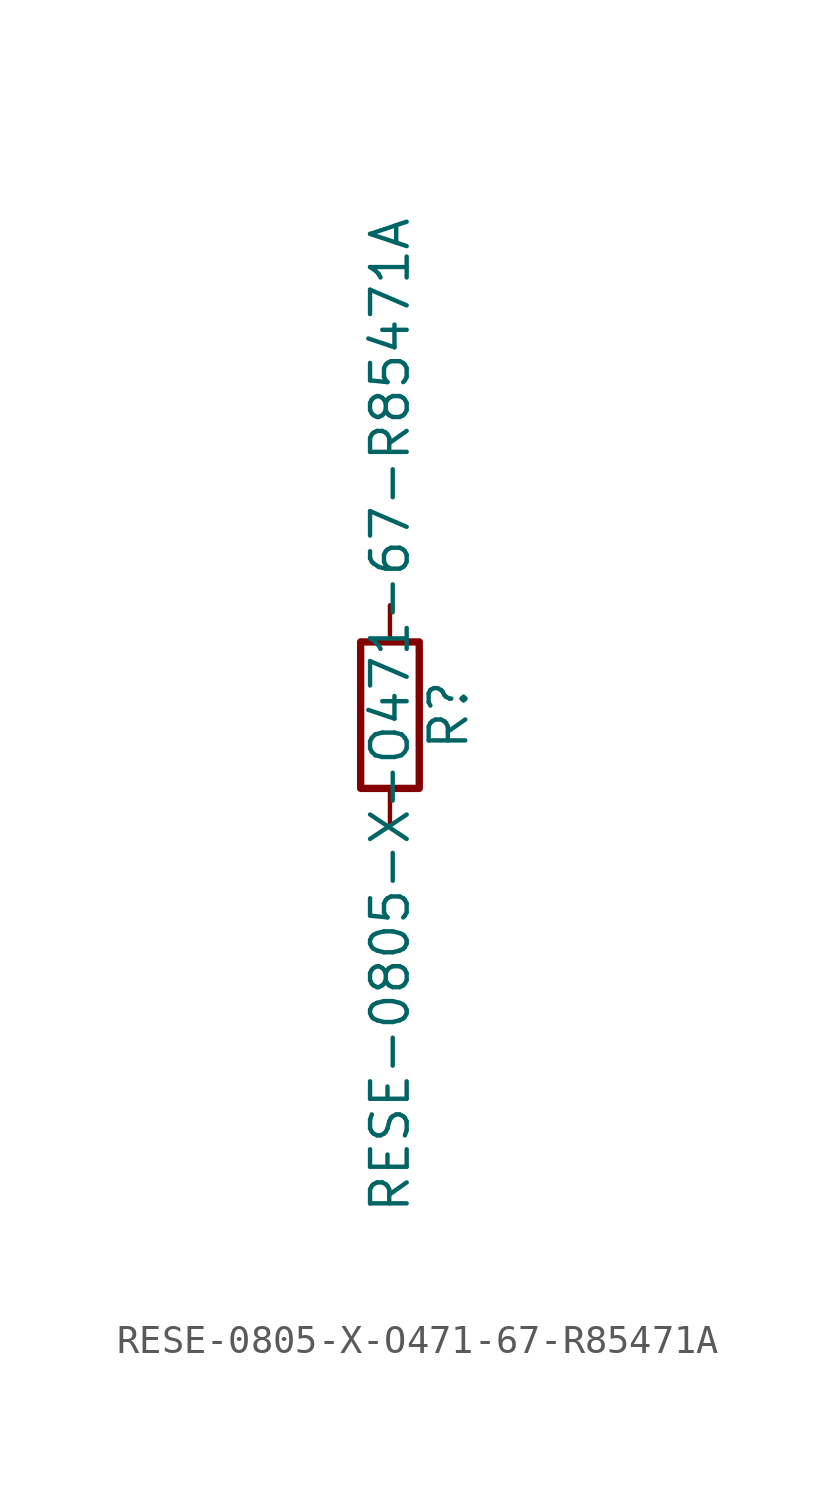
<source format=kicad_sym>
(kicad_symbol_lib
  (version 20211014)
  (generator kicad_symbol_editor)
  (symbol "RESE-0805-X-O471-67-R85471A"
    (pin_numbers hide)
    (pin_names
      (offset 0))
    (property "Reference" "R"
      (at 2.032 0 90)
      (effects (font (size 1.27 1.27))))
    (property "Value" "RESE-0805-X-O471-67-R85471A"
      (at 0 0 90)
      (effects (font (size 1.27 1.27))))
    (symbol "RESE-0805-X-O471-67-R85471A_0_1"
      (rectangle (start -1.016 -2.54) (end 1.016 2.54) (stroke (width 0.254) (type default) (color 0 0 0 0)) (fill (type none))))
    (symbol "RESE-0805-X-O471-67-R85471A_1_1"
      (pin passive line (at 0 3.81 270) (length 1.27) (name "~" (effects (font (size 1.27 1.27)))) (number "1" (effects (font (size 1.27 1.27)))))
      (pin passive line (at 0 -3.81 90) (length 1.27) (name "~" (effects (font (size 1.27 1.27)))) (number "2" (effects (font (size 1.27 1.27))))))))
</source>
